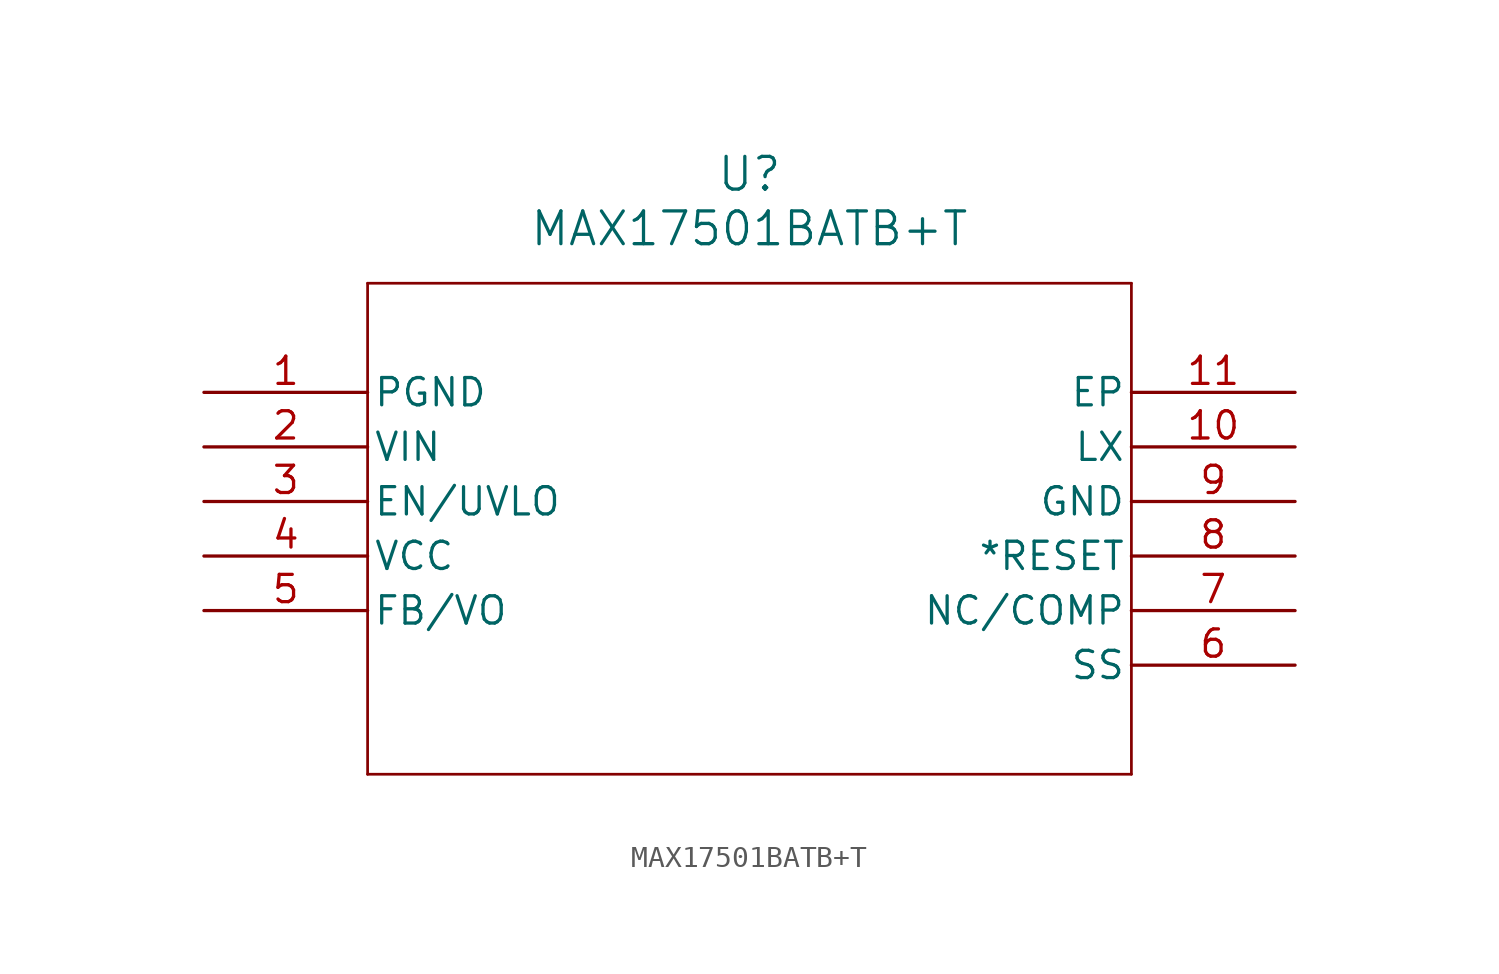
<source format=kicad_sym>
(kicad_symbol_lib
  (version 20211014)
  (generator kicad_symbol_editor)
  (symbol "MAX17501BATB+T"
    (pin_names
      (offset 0.254))
    (property "Reference" "U"
      (at 25.4 10.16 0)
      (effects (font (size 1.524 1.524))))
    (property "Value" "MAX17501BATB+T"
      (at 25.4 7.62 0)
      (effects (font (size 1.524 1.524))))
    (symbol "MAX17501BATB+T_0_1"
      (polyline (pts (xy 7.62 5.08) (xy 7.62 -17.78)) (stroke (width 0.127) (type default) (color 0 0 0 0)) (fill (type none)))
      (polyline (pts (xy 7.62 -17.78) (xy 43.18 -17.78)) (stroke (width 0.127) (type default) (color 0 0 0 0)) (fill (type none)))
      (polyline (pts (xy 43.18 -17.78) (xy 43.18 5.08)) (stroke (width 0.127) (type default) (color 0 0 0 0)) (fill (type none)))
      (polyline (pts (xy 43.18 5.08) (xy 7.62 5.08)) (stroke (width 0.127) (type default) (color 0 0 0 0)) (fill (type none)))
      (pin power_in line (at 0 0 0) (length 7.62) (name "PGND" (effects (font (size 1.27 1.27)))) (number "1" (effects (font (size 1.27 1.27)))))
      (pin input line (at 0 -2.54 0) (length 7.62) (name "VIN" (effects (font (size 1.27 1.27)))) (number "2" (effects (font (size 1.27 1.27)))))
      (pin bidirectional line (at 0 -5.08 0) (length 7.62) (name "EN/UVLO" (effects (font (size 1.27 1.27)))) (number "3" (effects (font (size 1.27 1.27)))))
      (pin power_in line (at 0 -7.62 0) (length 7.62) (name "VCC" (effects (font (size 1.27 1.27)))) (number "4" (effects (font (size 1.27 1.27)))))
      (pin bidirectional line (at 0 -10.16 0) (length 7.62) (name "FB/VO" (effects (font (size 1.27 1.27)))) (number "5" (effects (font (size 1.27 1.27)))))
      (pin bidirectional line (at 50.8 -12.7 180) (length 7.62) (name "SS" (effects (font (size 1.27 1.27)))) (number "6" (effects (font (size 1.27 1.27)))))
      (pin bidirectional line (at 50.8 -10.16 180) (length 7.62) (name "NC/COMP" (effects (font (size 1.27 1.27)))) (number "7" (effects (font (size 1.27 1.27)))))
      (pin bidirectional line (at 50.8 -7.62 180) (length 7.62) (name "*RESET" (effects (font (size 1.27 1.27)))) (number "8" (effects (font (size 1.27 1.27)))))
      (pin power_in line (at 50.8 -5.08 180) (length 7.62) (name "GND" (effects (font (size 1.27 1.27)))) (number "9" (effects (font (size 1.27 1.27)))))
      (pin bidirectional line (at 50.8 -2.54 180) (length 7.62) (name "LX" (effects (font (size 1.27 1.27)))) (number "10" (effects (font (size 1.27 1.27)))))
      (pin unspecified line (at 50.8 0 180) (length 7.62) (name "EP" (effects (font (size 1.27 1.27)))) (number "11" (effects (font (size 1.27 1.27))))))))
</source>
